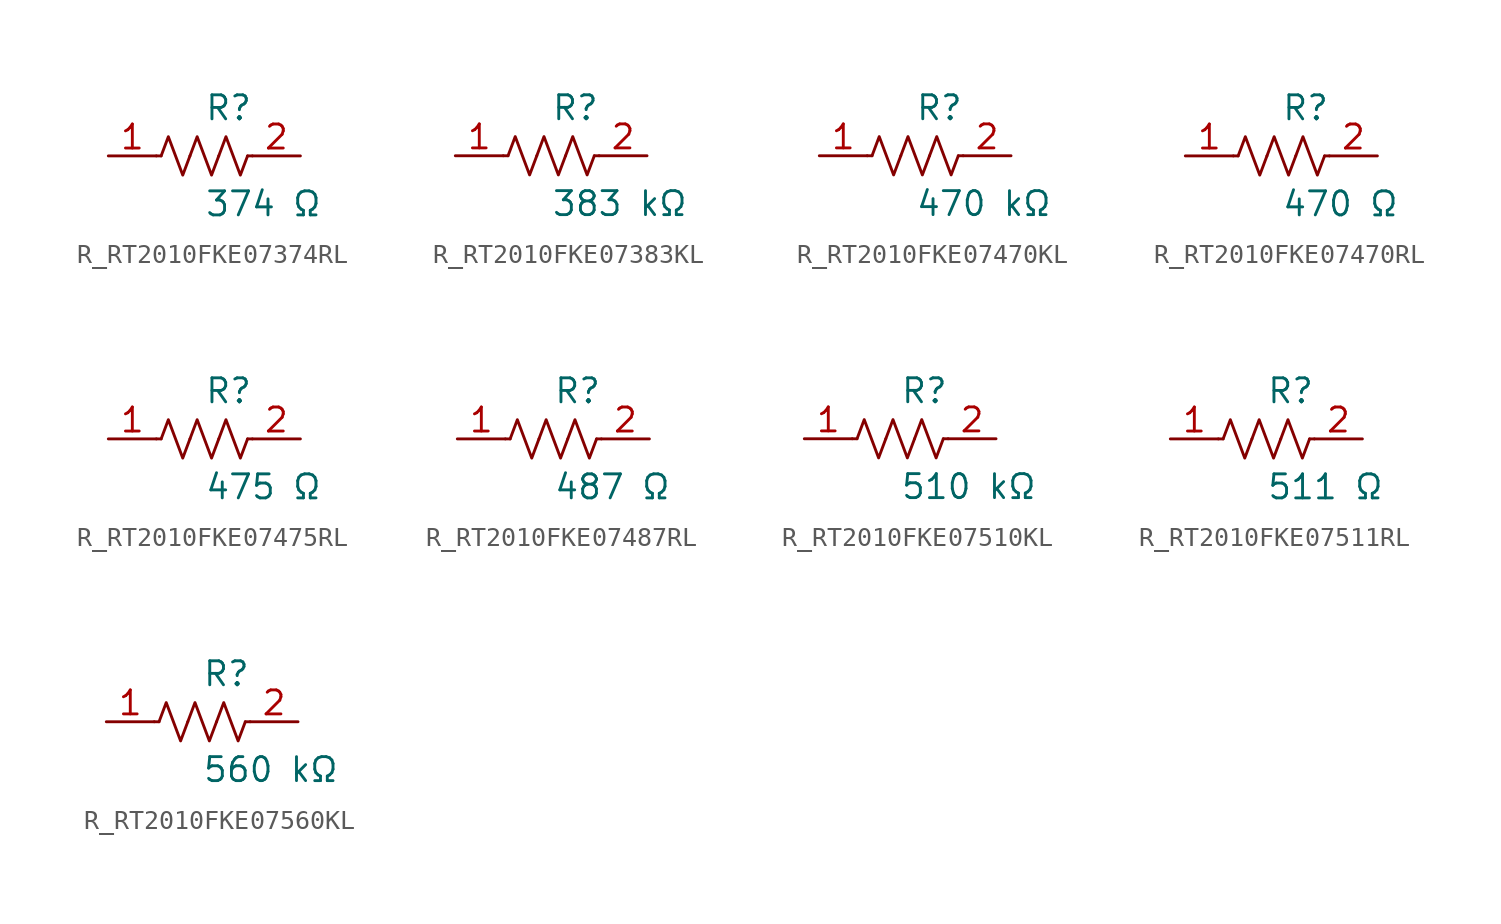
<source format=kicad_sym>
(kicad_symbol_lib
  (version 20231120)
  (generator kicad_symbol_editor)
  (generator_version 8.0)
  (symbol "R_RT2010FKE07374RL"
    (pin_names
      (offset 0.254))
    (property "Reference" "R"
      (at 0 2.54 0)
      (effects (font (size 1.27 1.27)) (justify left)))
    (property "Value" "374 Ω"
      (at 0 -2.54 0)
      (effects (font (size 1.27 1.27)) (justify left)))
    (symbol "R_RT2010FKE07374RL_0_1"
      (polyline (pts (xy 2.286 0) (xy 2.54 0)) (stroke (width 0) (type default)) (fill (type none)))
      (polyline (pts (xy -2.286 0) (xy -2.54 0)) (stroke (width 0) (type default)) (fill (type none)))
      (polyline (pts (xy 0.762 0) (xy 1.143 1.016) (xy 1.524 0) (xy 1.905 -1.016) (xy 2.286 0)) (stroke (width 0) (type default)) (fill (type none)))
      (polyline (pts (xy -0.762 0) (xy -0.381 1.016) (xy 0 0) (xy 0.381 -1.016) (xy 0.762 0)) (stroke (width 0) (type default)) (fill (type none)))
      (polyline (pts (xy -2.286 0) (xy -1.905 1.016) (xy -1.524 0) (xy -1.143 -1.016) (xy -0.762 0)) (stroke (width 0) (type default)) (fill (type none))))
    (pin passive line
      (at -5.08 0 0)
      (length 2.54)
      (name "" (effects (font (size 1.27 1.27))))
      (number "1" (effects (font (size 1.27 1.27)))))
    (pin passive line
      (at 5.08 0 180)
      (length 2.54)
      (name "" (effects (font (size 1.27 1.27))))
      (number "2" (effects (font (size 1.27 1.27))))))
  (symbol "R_RT2010FKE07383KL"
    (pin_names
      (offset 0.254))
    (property "Reference" "R"
      (at 0 2.54 0)
      (effects (font (size 1.27 1.27)) (justify left)))
    (property "Value" "383 kΩ"
      (at 0 -2.54 0)
      (effects (font (size 1.27 1.27)) (justify left)))
    (symbol "R_RT2010FKE07383KL_0_1"
      (polyline (pts (xy 2.286 0) (xy 2.54 0)) (stroke (width 0) (type default)) (fill (type none)))
      (polyline (pts (xy -2.286 0) (xy -2.54 0)) (stroke (width 0) (type default)) (fill (type none)))
      (polyline (pts (xy 0.762 0) (xy 1.143 1.016) (xy 1.524 0) (xy 1.905 -1.016) (xy 2.286 0)) (stroke (width 0) (type default)) (fill (type none)))
      (polyline (pts (xy -0.762 0) (xy -0.381 1.016) (xy 0 0) (xy 0.381 -1.016) (xy 0.762 0)) (stroke (width 0) (type default)) (fill (type none)))
      (polyline (pts (xy -2.286 0) (xy -1.905 1.016) (xy -1.524 0) (xy -1.143 -1.016) (xy -0.762 0)) (stroke (width 0) (type default)) (fill (type none))))
    (pin passive line
      (at -5.08 0 0)
      (length 2.54)
      (name "" (effects (font (size 1.27 1.27))))
      (number "1" (effects (font (size 1.27 1.27)))))
    (pin passive line
      (at 5.08 0 180)
      (length 2.54)
      (name "" (effects (font (size 1.27 1.27))))
      (number "2" (effects (font (size 1.27 1.27))))))
  (symbol "R_RT2010FKE07470KL"
    (pin_names
      (offset 0.254))
    (property "Reference" "R"
      (at 0 2.54 0)
      (effects (font (size 1.27 1.27)) (justify left)))
    (property "Value" "470 kΩ"
      (at 0 -2.54 0)
      (effects (font (size 1.27 1.27)) (justify left)))
    (symbol "R_RT2010FKE07470KL_0_1"
      (polyline (pts (xy 2.286 0) (xy 2.54 0)) (stroke (width 0) (type default)) (fill (type none)))
      (polyline (pts (xy -2.286 0) (xy -2.54 0)) (stroke (width 0) (type default)) (fill (type none)))
      (polyline (pts (xy 0.762 0) (xy 1.143 1.016) (xy 1.524 0) (xy 1.905 -1.016) (xy 2.286 0)) (stroke (width 0) (type default)) (fill (type none)))
      (polyline (pts (xy -0.762 0) (xy -0.381 1.016) (xy 0 0) (xy 0.381 -1.016) (xy 0.762 0)) (stroke (width 0) (type default)) (fill (type none)))
      (polyline (pts (xy -2.286 0) (xy -1.905 1.016) (xy -1.524 0) (xy -1.143 -1.016) (xy -0.762 0)) (stroke (width 0) (type default)) (fill (type none))))
    (pin passive line
      (at -5.08 0 0)
      (length 2.54)
      (name "" (effects (font (size 1.27 1.27))))
      (number "1" (effects (font (size 1.27 1.27)))))
    (pin passive line
      (at 5.08 0 180)
      (length 2.54)
      (name "" (effects (font (size 1.27 1.27))))
      (number "2" (effects (font (size 1.27 1.27))))))
  (symbol "R_RT2010FKE07470RL"
    (pin_names
      (offset 0.254))
    (property "Reference" "R"
      (at 0 2.54 0)
      (effects (font (size 1.27 1.27)) (justify left)))
    (property "Value" "470 Ω"
      (at 0 -2.54 0)
      (effects (font (size 1.27 1.27)) (justify left)))
    (symbol "R_RT2010FKE07470RL_0_1"
      (polyline (pts (xy 2.286 0) (xy 2.54 0)) (stroke (width 0) (type default)) (fill (type none)))
      (polyline (pts (xy -2.286 0) (xy -2.54 0)) (stroke (width 0) (type default)) (fill (type none)))
      (polyline (pts (xy 0.762 0) (xy 1.143 1.016) (xy 1.524 0) (xy 1.905 -1.016) (xy 2.286 0)) (stroke (width 0) (type default)) (fill (type none)))
      (polyline (pts (xy -0.762 0) (xy -0.381 1.016) (xy 0 0) (xy 0.381 -1.016) (xy 0.762 0)) (stroke (width 0) (type default)) (fill (type none)))
      (polyline (pts (xy -2.286 0) (xy -1.905 1.016) (xy -1.524 0) (xy -1.143 -1.016) (xy -0.762 0)) (stroke (width 0) (type default)) (fill (type none))))
    (pin passive line
      (at -5.08 0 0)
      (length 2.54)
      (name "" (effects (font (size 1.27 1.27))))
      (number "1" (effects (font (size 1.27 1.27)))))
    (pin passive line
      (at 5.08 0 180)
      (length 2.54)
      (name "" (effects (font (size 1.27 1.27))))
      (number "2" (effects (font (size 1.27 1.27))))))
  (symbol "R_RT2010FKE07475RL"
    (pin_names
      (offset 0.254))
    (property "Reference" "R"
      (at 0 2.54 0)
      (effects (font (size 1.27 1.27)) (justify left)))
    (property "Value" "475 Ω"
      (at 0 -2.54 0)
      (effects (font (size 1.27 1.27)) (justify left)))
    (symbol "R_RT2010FKE07475RL_0_1"
      (polyline (pts (xy 2.286 0) (xy 2.54 0)) (stroke (width 0) (type default)) (fill (type none)))
      (polyline (pts (xy -2.286 0) (xy -2.54 0)) (stroke (width 0) (type default)) (fill (type none)))
      (polyline (pts (xy 0.762 0) (xy 1.143 1.016) (xy 1.524 0) (xy 1.905 -1.016) (xy 2.286 0)) (stroke (width 0) (type default)) (fill (type none)))
      (polyline (pts (xy -0.762 0) (xy -0.381 1.016) (xy 0 0) (xy 0.381 -1.016) (xy 0.762 0)) (stroke (width 0) (type default)) (fill (type none)))
      (polyline (pts (xy -2.286 0) (xy -1.905 1.016) (xy -1.524 0) (xy -1.143 -1.016) (xy -0.762 0)) (stroke (width 0) (type default)) (fill (type none))))
    (pin passive line
      (at -5.08 0 0)
      (length 2.54)
      (name "" (effects (font (size 1.27 1.27))))
      (number "1" (effects (font (size 1.27 1.27)))))
    (pin passive line
      (at 5.08 0 180)
      (length 2.54)
      (name "" (effects (font (size 1.27 1.27))))
      (number "2" (effects (font (size 1.27 1.27))))))
  (symbol "R_RT2010FKE07487RL"
    (pin_names
      (offset 0.254))
    (property "Reference" "R"
      (at 0 2.54 0)
      (effects (font (size 1.27 1.27)) (justify left)))
    (property "Value" "487 Ω"
      (at 0 -2.54 0)
      (effects (font (size 1.27 1.27)) (justify left)))
    (symbol "R_RT2010FKE07487RL_0_1"
      (polyline (pts (xy 2.286 0) (xy 2.54 0)) (stroke (width 0) (type default)) (fill (type none)))
      (polyline (pts (xy -2.286 0) (xy -2.54 0)) (stroke (width 0) (type default)) (fill (type none)))
      (polyline (pts (xy 0.762 0) (xy 1.143 1.016) (xy 1.524 0) (xy 1.905 -1.016) (xy 2.286 0)) (stroke (width 0) (type default)) (fill (type none)))
      (polyline (pts (xy -0.762 0) (xy -0.381 1.016) (xy 0 0) (xy 0.381 -1.016) (xy 0.762 0)) (stroke (width 0) (type default)) (fill (type none)))
      (polyline (pts (xy -2.286 0) (xy -1.905 1.016) (xy -1.524 0) (xy -1.143 -1.016) (xy -0.762 0)) (stroke (width 0) (type default)) (fill (type none))))
    (pin passive line
      (at -5.08 0 0)
      (length 2.54)
      (name "" (effects (font (size 1.27 1.27))))
      (number "1" (effects (font (size 1.27 1.27)))))
    (pin passive line
      (at 5.08 0 180)
      (length 2.54)
      (name "" (effects (font (size 1.27 1.27))))
      (number "2" (effects (font (size 1.27 1.27))))))
  (symbol "R_RT2010FKE07510KL"
    (pin_names
      (offset 0.254))
    (property "Reference" "R"
      (at 0 2.54 0)
      (effects (font (size 1.27 1.27)) (justify left)))
    (property "Value" "510 kΩ"
      (at 0 -2.54 0)
      (effects (font (size 1.27 1.27)) (justify left)))
    (symbol "R_RT2010FKE07510KL_0_1"
      (polyline (pts (xy 2.286 0) (xy 2.54 0)) (stroke (width 0) (type default)) (fill (type none)))
      (polyline (pts (xy -2.286 0) (xy -2.54 0)) (stroke (width 0) (type default)) (fill (type none)))
      (polyline (pts (xy 0.762 0) (xy 1.143 1.016) (xy 1.524 0) (xy 1.905 -1.016) (xy 2.286 0)) (stroke (width 0) (type default)) (fill (type none)))
      (polyline (pts (xy -0.762 0) (xy -0.381 1.016) (xy 0 0) (xy 0.381 -1.016) (xy 0.762 0)) (stroke (width 0) (type default)) (fill (type none)))
      (polyline (pts (xy -2.286 0) (xy -1.905 1.016) (xy -1.524 0) (xy -1.143 -1.016) (xy -0.762 0)) (stroke (width 0) (type default)) (fill (type none))))
    (pin passive line
      (at -5.08 0 0)
      (length 2.54)
      (name "" (effects (font (size 1.27 1.27))))
      (number "1" (effects (font (size 1.27 1.27)))))
    (pin passive line
      (at 5.08 0 180)
      (length 2.54)
      (name "" (effects (font (size 1.27 1.27))))
      (number "2" (effects (font (size 1.27 1.27))))))
  (symbol "R_RT2010FKE07511RL"
    (pin_names
      (offset 0.254))
    (property "Reference" "R"
      (at 0 2.54 0)
      (effects (font (size 1.27 1.27)) (justify left)))
    (property "Value" "511 Ω"
      (at 0 -2.54 0)
      (effects (font (size 1.27 1.27)) (justify left)))
    (symbol "R_RT2010FKE07511RL_0_1"
      (polyline (pts (xy 2.286 0) (xy 2.54 0)) (stroke (width 0) (type default)) (fill (type none)))
      (polyline (pts (xy -2.286 0) (xy -2.54 0)) (stroke (width 0) (type default)) (fill (type none)))
      (polyline (pts (xy 0.762 0) (xy 1.143 1.016) (xy 1.524 0) (xy 1.905 -1.016) (xy 2.286 0)) (stroke (width 0) (type default)) (fill (type none)))
      (polyline (pts (xy -0.762 0) (xy -0.381 1.016) (xy 0 0) (xy 0.381 -1.016) (xy 0.762 0)) (stroke (width 0) (type default)) (fill (type none)))
      (polyline (pts (xy -2.286 0) (xy -1.905 1.016) (xy -1.524 0) (xy -1.143 -1.016) (xy -0.762 0)) (stroke (width 0) (type default)) (fill (type none))))
    (pin passive line
      (at -5.08 0 0)
      (length 2.54)
      (name "" (effects (font (size 1.27 1.27))))
      (number "1" (effects (font (size 1.27 1.27)))))
    (pin passive line
      (at 5.08 0 180)
      (length 2.54)
      (name "" (effects (font (size 1.27 1.27))))
      (number "2" (effects (font (size 1.27 1.27))))))
  (symbol "R_RT2010FKE07560KL"
    (pin_names
      (offset 0.254))
    (property "Reference" "R"
      (at 0 2.54 0)
      (effects (font (size 1.27 1.27)) (justify left)))
    (property "Value" "560 kΩ"
      (at 0 -2.54 0)
      (effects (font (size 1.27 1.27)) (justify left)))
    (symbol "R_RT2010FKE07560KL_0_1"
      (polyline (pts (xy 2.286 0) (xy 2.54 0)) (stroke (width 0) (type default)) (fill (type none)))
      (polyline (pts (xy -2.286 0) (xy -2.54 0)) (stroke (width 0) (type default)) (fill (type none)))
      (polyline (pts (xy 0.762 0) (xy 1.143 1.016) (xy 1.524 0) (xy 1.905 -1.016) (xy 2.286 0)) (stroke (width 0) (type default)) (fill (type none)))
      (polyline (pts (xy -0.762 0) (xy -0.381 1.016) (xy 0 0) (xy 0.381 -1.016) (xy 0.762 0)) (stroke (width 0) (type default)) (fill (type none)))
      (polyline (pts (xy -2.286 0) (xy -1.905 1.016) (xy -1.524 0) (xy -1.143 -1.016) (xy -0.762 0)) (stroke (width 0) (type default)) (fill (type none))))
    (pin passive line
      (at -5.08 0 0)
      (length 2.54)
      (name "" (effects (font (size 1.27 1.27))))
      (number "1" (effects (font (size 1.27 1.27)))))
    (pin passive line
      (at 5.08 0 180)
      (length 2.54)
      (name "" (effects (font (size 1.27 1.27))))
      (number "2" (effects (font (size 1.27 1.27)))))))
</source>
